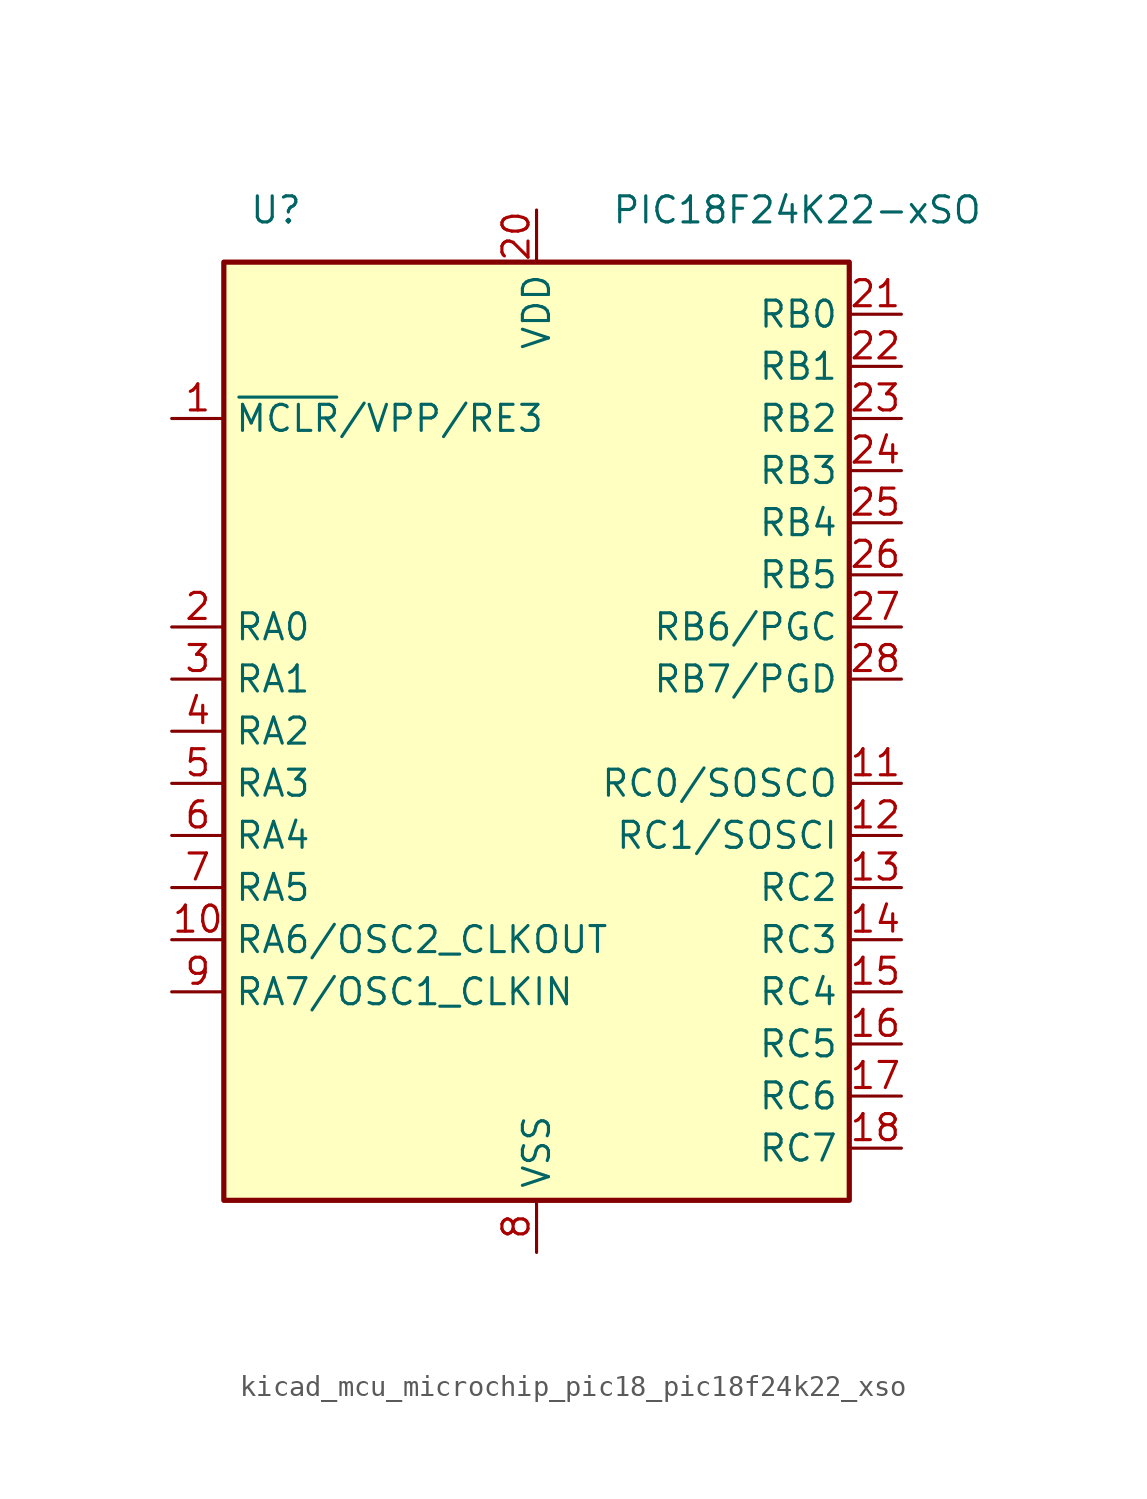
<source format=kicad_sym>
(kicad_symbol_lib
  (version 20220914)
  (generator kicad_symbol_editor)
  (symbol "kicad_mcu_microchip_pic18_pic18f24k22_xso"
    (property "Reference" "U"
      (at -12.7 25.4 0)
      (effects (font (size 1.27 1.27))))
    (property "Value" "PIC18F24K22-xSO"
      (at 12.7 25.4 0)
      (effects (font (size 1.27 1.27))))
    (symbol "kicad_mcu_microchip_pic18_pic18f24k22_xso_1_1"
      (rectangle (start -15.24 22.86) (end 15.24 -22.86) (stroke (width 0.254) (type default)) (fill (type background)))
      (pin input line (at -17.78 15.24 0) (length 2.54) (name "~{MCLR}/VPP/RE3" (effects (font (size 1.27 1.27)))) (number "1" (effects (font (size 1.27 1.27)))))
      (pin bidirectional line (at -17.78 -10.16 0) (length 2.54) (name "RA6/OSC2_CLKOUT" (effects (font (size 1.27 1.27)))) (number "10" (effects (font (size 1.27 1.27)))))
      (pin bidirectional line (at 17.78 -2.54 180) (length 2.54) (name "RC0/SOSCO" (effects (font (size 1.27 1.27)))) (number "11" (effects (font (size 1.27 1.27)))))
      (pin bidirectional line (at 17.78 -5.08 180) (length 2.54) (name "RC1/SOSCI" (effects (font (size 1.27 1.27)))) (number "12" (effects (font (size 1.27 1.27)))))
      (pin bidirectional line (at 17.78 -7.62 180) (length 2.54) (name "RC2" (effects (font (size 1.27 1.27)))) (number "13" (effects (font (size 1.27 1.27)))))
      (pin bidirectional line (at 17.78 -10.16 180) (length 2.54) (name "RC3" (effects (font (size 1.27 1.27)))) (number "14" (effects (font (size 1.27 1.27)))))
      (pin bidirectional line (at 17.78 -12.7 180) (length 2.54) (name "RC4" (effects (font (size 1.27 1.27)))) (number "15" (effects (font (size 1.27 1.27)))))
      (pin bidirectional line (at 17.78 -15.24 180) (length 2.54) (name "RC5" (effects (font (size 1.27 1.27)))) (number "16" (effects (font (size 1.27 1.27)))))
      (pin bidirectional line (at 17.78 -17.78 180) (length 2.54) (name "RC6" (effects (font (size 1.27 1.27)))) (number "17" (effects (font (size 1.27 1.27)))))
      (pin bidirectional line (at 17.78 -20.32 180) (length 2.54) (name "RC7" (effects (font (size 1.27 1.27)))) (number "18" (effects (font (size 1.27 1.27)))))
      (pin passive line (at 0 -25.4 90) (length 2.54) hide (name "VSS" (effects (font (size 1.27 1.27)))) (number "19" (effects (font (size 1.27 1.27)))))
      (pin bidirectional line (at -17.78 5.08 0) (length 2.54) (name "RA0" (effects (font (size 1.27 1.27)))) (number "2" (effects (font (size 1.27 1.27)))))
      (pin power_in line (at 0 25.4 270) (length 2.54) (name "VDD" (effects (font (size 1.27 1.27)))) (number "20" (effects (font (size 1.27 1.27)))))
      (pin bidirectional line (at 17.78 20.32 180) (length 2.54) (name "RB0" (effects (font (size 1.27 1.27)))) (number "21" (effects (font (size 1.27 1.27)))))
      (pin bidirectional line (at 17.78 17.78 180) (length 2.54) (name "RB1" (effects (font (size 1.27 1.27)))) (number "22" (effects (font (size 1.27 1.27)))))
      (pin bidirectional line (at 17.78 15.24 180) (length 2.54) (name "RB2" (effects (font (size 1.27 1.27)))) (number "23" (effects (font (size 1.27 1.27)))))
      (pin bidirectional line (at 17.78 12.7 180) (length 2.54) (name "RB3" (effects (font (size 1.27 1.27)))) (number "24" (effects (font (size 1.27 1.27)))))
      (pin bidirectional line (at 17.78 10.16 180) (length 2.54) (name "RB4" (effects (font (size 1.27 1.27)))) (number "25" (effects (font (size 1.27 1.27)))))
      (pin bidirectional line (at 17.78 7.62 180) (length 2.54) (name "RB5" (effects (font (size 1.27 1.27)))) (number "26" (effects (font (size 1.27 1.27)))))
      (pin bidirectional line (at 17.78 5.08 180) (length 2.54) (name "RB6/PGC" (effects (font (size 1.27 1.27)))) (number "27" (effects (font (size 1.27 1.27)))))
      (pin bidirectional line (at 17.78 2.54 180) (length 2.54) (name "RB7/PGD" (effects (font (size 1.27 1.27)))) (number "28" (effects (font (size 1.27 1.27)))))
      (pin bidirectional line (at -17.78 2.54 0) (length 2.54) (name "RA1" (effects (font (size 1.27 1.27)))) (number "3" (effects (font (size 1.27 1.27)))))
      (pin bidirectional line (at -17.78 0 0) (length 2.54) (name "RA2" (effects (font (size 1.27 1.27)))) (number "4" (effects (font (size 1.27 1.27)))))
      (pin bidirectional line (at -17.78 -2.54 0) (length 2.54) (name "RA3" (effects (font (size 1.27 1.27)))) (number "5" (effects (font (size 1.27 1.27)))))
      (pin bidirectional line (at -17.78 -5.08 0) (length 2.54) (name "RA4" (effects (font (size 1.27 1.27)))) (number "6" (effects (font (size 1.27 1.27)))))
      (pin bidirectional line (at -17.78 -7.62 0) (length 2.54) (name "RA5" (effects (font (size 1.27 1.27)))) (number "7" (effects (font (size 1.27 1.27)))))
      (pin power_in line (at 0 -25.4 90) (length 2.54) (name "VSS" (effects (font (size 1.27 1.27)))) (number "8" (effects (font (size 1.27 1.27)))))
      (pin bidirectional line (at -17.78 -12.7 0) (length 2.54) (name "RA7/OSC1_CLKIN" (effects (font (size 1.27 1.27)))) (number "9" (effects (font (size 1.27 1.27))))))))
</source>
